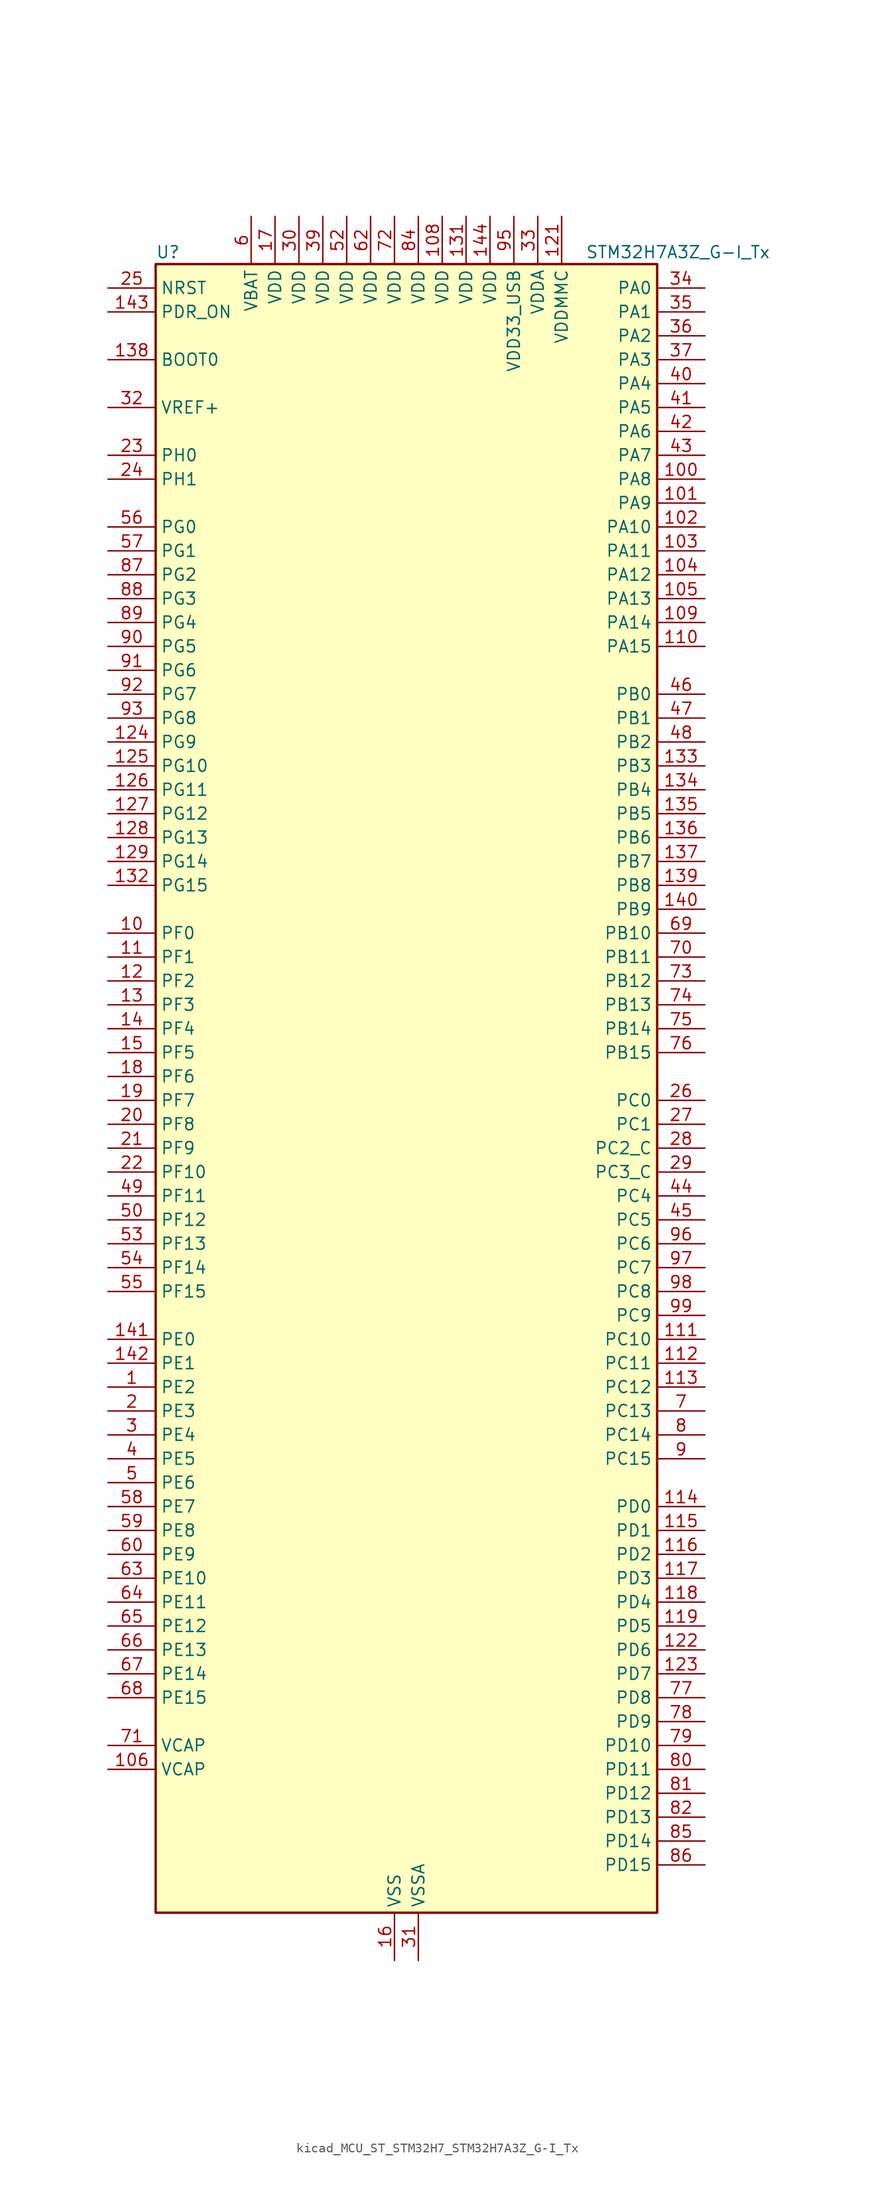
<source format=kicad_sym>
(kicad_symbol_lib
  (version 20220914)
  (generator kicad_symbol_editor)
  (symbol "kicad_MCU_ST_STM32H7_STM32H7A3Z_G-I_Tx"
    (property "Reference" "U"
      (at -25.4 90.17 0)
      (effects (font (size 1.27 1.27)) (justify left)))
    (property "Value" "STM32H7A3Z_G-I_Tx"
      (at 20.32 90.17 0)
      (effects (font (size 1.27 1.27)) (justify left)))
    (property "ki_locked" ""
      (at 0 0 0)
      (effects (font (size 1.27 1.27))))
    (symbol "kicad_MCU_ST_STM32H7_STM32H7A3Z_G-I_Tx_0_1"
      (rectangle (start -25.4 -86.36) (end 27.94 88.9) (stroke (width 0.254) (type default)) (fill (type background))))
    (symbol "kicad_MCU_ST_STM32H7_STM32H7A3Z_G-I_Tx_1_1"
      (pin bidirectional line (at -30.48 -30.48 0) (length 5.08) (name "PE2" (effects (font (size 1.27 1.27)))) (number "1" (effects (font (size 1.27 1.27)))) (alternate "DEBUG_TRACECLK" bidirectional line) (alternate "FMC_A23" bidirectional line) (alternate "OCTOSPIM_P1_IO2" bidirectional line) (alternate "SAI1_CK1" bidirectional line) (alternate "SAI1_MCLK_A" bidirectional line) (alternate "SPI4_SCK" bidirectional line) (alternate "USART10_RX" bidirectional line))
      (pin bidirectional line (at -30.48 17.78 0) (length 5.08) (name "PF0" (effects (font (size 1.27 1.27)))) (number "10" (effects (font (size 1.27 1.27)))) (alternate "FMC_A0" bidirectional line) (alternate "I2C2_SDA" bidirectional line) (alternate "OCTOSPIM_P2_IO0" bidirectional line))
      (pin bidirectional line (at 33.02 66.04 180) (length 5.08) (name "PA8" (effects (font (size 1.27 1.27)))) (number "100" (effects (font (size 1.27 1.27)))) (alternate "I2C3_SCL" bidirectional line) (alternate "LTDC_B3" bidirectional line) (alternate "LTDC_R6" bidirectional line) (alternate "RCC_MCO_1" bidirectional line) (alternate "TIM1_CH1" bidirectional line) (alternate "TIM8_BKIN2" bidirectional line) (alternate "TIM8_BKIN2_COMP1" bidirectional line) (alternate "TIM8_BKIN2_COMP2" bidirectional line) (alternate "UART7_RX" bidirectional line) (alternate "USART1_CK" bidirectional line) (alternate "USB_OTG_HS_SOF" bidirectional line))
      (pin bidirectional line (at 33.02 63.5 180) (length 5.08) (name "PA9" (effects (font (size 1.27 1.27)))) (number "101" (effects (font (size 1.27 1.27)))) (alternate "DAC1_EXTI9" bidirectional line) (alternate "DCMI_D0" bidirectional line) (alternate "I2C3_SMBA" bidirectional line) (alternate "I2S2_CK" bidirectional line) (alternate "LPUART1_TX" bidirectional line) (alternate "LTDC_R5" bidirectional line) (alternate "PSSI_D0" bidirectional line) (alternate "SPI2_SCK" bidirectional line) (alternate "TIM1_CH2" bidirectional line) (alternate "USART1_TX" bidirectional line) (alternate "USB_OTG_HS_VBUS" bidirectional line))
      (pin bidirectional line (at 33.02 60.96 180) (length 5.08) (name "PA10" (effects (font (size 1.27 1.27)))) (number "102" (effects (font (size 1.27 1.27)))) (alternate "DCMI_D1" bidirectional line) (alternate "LPUART1_RX" bidirectional line) (alternate "LTDC_B1" bidirectional line) (alternate "LTDC_B4" bidirectional line) (alternate "MDIOS_MDIO" bidirectional line) (alternate "PSSI_D1" bidirectional line) (alternate "TIM1_CH3" bidirectional line) (alternate "USART1_RX" bidirectional line) (alternate "USB_OTG_HS_ID" bidirectional line))
      (pin bidirectional line (at 33.02 58.42 180) (length 5.08) (name "PA11" (effects (font (size 1.27 1.27)))) (number "103" (effects (font (size 1.27 1.27)))) (alternate "ADC1_EXTI11" bidirectional line) (alternate "ADC2_EXTI11" bidirectional line) (alternate "FDCAN1_RX" bidirectional line) (alternate "I2S2_WS" bidirectional line) (alternate "LPUART1_CTS" bidirectional line) (alternate "LTDC_R4" bidirectional line) (alternate "SPI2_NSS" bidirectional line) (alternate "TIM1_CH4" bidirectional line) (alternate "UART4_RX" bidirectional line) (alternate "USART1_CTS" bidirectional line) (alternate "USART1_NSS" bidirectional line) (alternate "USB_OTG_HS_DM" bidirectional line))
      (pin bidirectional line (at 33.02 55.88 180) (length 5.08) (name "PA12" (effects (font (size 1.27 1.27)))) (number "104" (effects (font (size 1.27 1.27)))) (alternate "FDCAN1_TX" bidirectional line) (alternate "I2S2_CK" bidirectional line) (alternate "LPUART1_DE" bidirectional line) (alternate "LPUART1_RTS" bidirectional line) (alternate "LTDC_R5" bidirectional line) (alternate "SAI2_FS_B" bidirectional line) (alternate "SPI2_SCK" bidirectional line) (alternate "TIM1_ETR" bidirectional line) (alternate "UART4_TX" bidirectional line) (alternate "USART1_DE" bidirectional line) (alternate "USART1_RTS" bidirectional line) (alternate "USB_OTG_HS_DP" bidirectional line))
      (pin bidirectional line (at 33.02 53.34 180) (length 5.08) (name "PA13" (effects (font (size 1.27 1.27)))) (number "105" (effects (font (size 1.27 1.27)))) (alternate "DEBUG_JTMS-SWDIO" bidirectional line))
      (pin power_out line (at -30.48 -71.12 0) (length 5.08) (name "VCAP" (effects (font (size 1.27 1.27)))) (number "106" (effects (font (size 1.27 1.27)))))
      (pin passive line (at 0 -91.44 90) (length 5.08) hide (name "VSS" (effects (font (size 1.27 1.27)))) (number "107" (effects (font (size 1.27 1.27)))))
      (pin power_in line (at 5.08 93.98 270) (length 5.08) (name "VDD" (effects (font (size 1.27 1.27)))) (number "108" (effects (font (size 1.27 1.27)))))
      (pin bidirectional line (at 33.02 50.8 180) (length 5.08) (name "PA14" (effects (font (size 1.27 1.27)))) (number "109" (effects (font (size 1.27 1.27)))) (alternate "DEBUG_JTCK-SWCLK" bidirectional line))
      (pin bidirectional line (at -30.48 15.24 0) (length 5.08) (name "PF1" (effects (font (size 1.27 1.27)))) (number "11" (effects (font (size 1.27 1.27)))) (alternate "FMC_A1" bidirectional line) (alternate "I2C2_SCL" bidirectional line) (alternate "OCTOSPIM_P2_IO1" bidirectional line))
      (pin bidirectional line (at 33.02 48.26 180) (length 5.08) (name "PA15" (effects (font (size 1.27 1.27)))) (number "110" (effects (font (size 1.27 1.27)))) (alternate "ADC1_EXTI15" bidirectional line) (alternate "ADC2_EXTI15" bidirectional line) (alternate "CEC" bidirectional line) (alternate "DEBUG_JTDI" bidirectional line) (alternate "I2S1_WS" bidirectional line) (alternate "I2S3_WS" bidirectional line) (alternate "I2S6_WS" bidirectional line) (alternate "LTDC_B6" bidirectional line) (alternate "LTDC_R3" bidirectional line) (alternate "SPI1_NSS" bidirectional line) (alternate "SPI3_NSS" bidirectional line) (alternate "SPI6_NSS" bidirectional line) (alternate "TIM2_CH1" bidirectional line) (alternate "TIM2_ETR" bidirectional line) (alternate "UART4_DE" bidirectional line) (alternate "UART4_RTS" bidirectional line) (alternate "UART7_TX" bidirectional line))
      (pin bidirectional line (at 33.02 -25.4 180) (length 5.08) (name "PC10" (effects (font (size 1.27 1.27)))) (number "111" (effects (font (size 1.27 1.27)))) (alternate "DCMI_D8" bidirectional line) (alternate "DFSDM1_CKIN5" bidirectional line) (alternate "DFSDM2_CKIN0" bidirectional line) (alternate "I2S3_CK" bidirectional line) (alternate "LTDC_B1" bidirectional line) (alternate "LTDC_R2" bidirectional line) (alternate "OCTOSPIM_P1_IO1" bidirectional line) (alternate "PSSI_D8" bidirectional line) (alternate "SDMMC1_D2" bidirectional line) (alternate "SPI3_SCK" bidirectional line) (alternate "SWPMI1_RX" bidirectional line) (alternate "UART4_TX" bidirectional line) (alternate "USART3_TX" bidirectional line))
      (pin bidirectional line (at 33.02 -27.94 180) (length 5.08) (name "PC11" (effects (font (size 1.27 1.27)))) (number "112" (effects (font (size 1.27 1.27)))) (alternate "ADC1_EXTI11" bidirectional line) (alternate "ADC2_EXTI11" bidirectional line) (alternate "DCMI_D4" bidirectional line) (alternate "DFSDM1_DATIN5" bidirectional line) (alternate "DFSDM2_DATIN0" bidirectional line) (alternate "I2S3_SDI" bidirectional line) (alternate "LTDC_B4" bidirectional line) (alternate "OCTOSPIM_P1_NCS" bidirectional line) (alternate "PSSI_D4" bidirectional line) (alternate "SDMMC1_D3" bidirectional line) (alternate "SPI3_MISO" bidirectional line) (alternate "UART4_RX" bidirectional line) (alternate "USART3_RX" bidirectional line))
      (pin bidirectional line (at 33.02 -30.48 180) (length 5.08) (name "PC12" (effects (font (size 1.27 1.27)))) (number "113" (effects (font (size 1.27 1.27)))) (alternate "DCMI_D9" bidirectional line) (alternate "DEBUG_TRACED3" bidirectional line) (alternate "DFSDM2_CKOUT" bidirectional line) (alternate "I2S3_SDO" bidirectional line) (alternate "I2S6_CK" bidirectional line) (alternate "LTDC_R6" bidirectional line) (alternate "PSSI_D9" bidirectional line) (alternate "SDMMC1_CK" bidirectional line) (alternate "SPI3_MOSI" bidirectional line) (alternate "SPI6_SCK" bidirectional line) (alternate "TIM15_CH1" bidirectional line) (alternate "UART5_TX" bidirectional line) (alternate "USART3_CK" bidirectional line))
      (pin bidirectional line (at 33.02 -43.18 180) (length 5.08) (name "PD0" (effects (font (size 1.27 1.27)))) (number "114" (effects (font (size 1.27 1.27)))) (alternate "DFSDM1_CKIN6" bidirectional line) (alternate "FDCAN1_RX" bidirectional line) (alternate "FMC_D2" bidirectional line) (alternate "FMC_DA2" bidirectional line) (alternate "LTDC_B1" bidirectional line) (alternate "UART4_RX" bidirectional line) (alternate "UART9_CTS" bidirectional line))
      (pin bidirectional line (at 33.02 -45.72 180) (length 5.08) (name "PD1" (effects (font (size 1.27 1.27)))) (number "115" (effects (font (size 1.27 1.27)))) (alternate "DFSDM1_DATIN6" bidirectional line) (alternate "FDCAN1_TX" bidirectional line) (alternate "FMC_D3" bidirectional line) (alternate "FMC_DA3" bidirectional line) (alternate "UART4_TX" bidirectional line))
      (pin bidirectional line (at 33.02 -48.26 180) (length 5.08) (name "PD2" (effects (font (size 1.27 1.27)))) (number "116" (effects (font (size 1.27 1.27)))) (alternate "DCMI_D11" bidirectional line) (alternate "DEBUG_TRACED2" bidirectional line) (alternate "LTDC_B2" bidirectional line) (alternate "LTDC_B7" bidirectional line) (alternate "PSSI_D11" bidirectional line) (alternate "SDMMC1_CMD" bidirectional line) (alternate "TIM15_BKIN" bidirectional line) (alternate "TIM3_ETR" bidirectional line) (alternate "UART5_RX" bidirectional line))
      (pin bidirectional line (at 33.02 -50.8 180) (length 5.08) (name "PD3" (effects (font (size 1.27 1.27)))) (number "117" (effects (font (size 1.27 1.27)))) (alternate "DCMI_D5" bidirectional line) (alternate "DFSDM1_CKOUT" bidirectional line) (alternate "FMC_CLK" bidirectional line) (alternate "I2S2_CK" bidirectional line) (alternate "LTDC_G7" bidirectional line) (alternate "PSSI_D5" bidirectional line) (alternate "SPI2_SCK" bidirectional line) (alternate "USART2_CTS" bidirectional line) (alternate "USART2_NSS" bidirectional line))
      (pin bidirectional line (at 33.02 -53.34 180) (length 5.08) (name "PD4" (effects (font (size 1.27 1.27)))) (number "118" (effects (font (size 1.27 1.27)))) (alternate "FMC_NOE" bidirectional line) (alternate "OCTOSPIM_P1_IO4" bidirectional line) (alternate "USART2_DE" bidirectional line) (alternate "USART2_RTS" bidirectional line))
      (pin bidirectional line (at 33.02 -55.88 180) (length 5.08) (name "PD5" (effects (font (size 1.27 1.27)))) (number "119" (effects (font (size 1.27 1.27)))) (alternate "FMC_NWE" bidirectional line) (alternate "OCTOSPIM_P1_IO5" bidirectional line) (alternate "USART2_TX" bidirectional line))
      (pin bidirectional line (at -30.48 12.7 0) (length 5.08) (name "PF2" (effects (font (size 1.27 1.27)))) (number "12" (effects (font (size 1.27 1.27)))) (alternate "FMC_A2" bidirectional line) (alternate "I2C2_SMBA" bidirectional line) (alternate "OCTOSPIM_P2_IO2" bidirectional line))
      (pin passive line (at 0 -91.44 90) (length 5.08) hide (name "VSS" (effects (font (size 1.27 1.27)))) (number "120" (effects (font (size 1.27 1.27)))))
      (pin power_in line (at 17.78 93.98 270) (length 5.08) (name "VDDMMC" (effects (font (size 1.27 1.27)))) (number "121" (effects (font (size 1.27 1.27)))))
      (pin bidirectional line (at 33.02 -58.42 180) (length 5.08) (name "PD6" (effects (font (size 1.27 1.27)))) (number "122" (effects (font (size 1.27 1.27)))) (alternate "DCMI_D10" bidirectional line) (alternate "DFSDM1_CKIN4" bidirectional line) (alternate "DFSDM1_DATIN1" bidirectional line) (alternate "FMC_NWAIT" bidirectional line) (alternate "I2S3_SDO" bidirectional line) (alternate "LTDC_B2" bidirectional line) (alternate "OCTOSPIM_P1_IO6" bidirectional line) (alternate "PSSI_D10" bidirectional line) (alternate "SAI1_D1" bidirectional line) (alternate "SAI1_SD_A" bidirectional line) (alternate "SDMMC2_CK" bidirectional line) (alternate "SPI3_MOSI" bidirectional line) (alternate "USART2_RX" bidirectional line))
      (pin bidirectional line (at 33.02 -60.96 180) (length 5.08) (name "PD7" (effects (font (size 1.27 1.27)))) (number "123" (effects (font (size 1.27 1.27)))) (alternate "DFSDM1_CKIN1" bidirectional line) (alternate "DFSDM1_DATIN4" bidirectional line) (alternate "FMC_NE1" bidirectional line) (alternate "I2S1_SDO" bidirectional line) (alternate "OCTOSPIM_P1_IO7" bidirectional line) (alternate "SDMMC2_CMD" bidirectional line) (alternate "SPDIFRX_IN0" bidirectional line) (alternate "SPI1_MOSI" bidirectional line) (alternate "USART2_CK" bidirectional line))
      (pin bidirectional line (at -30.48 38.1 0) (length 5.08) (name "PG9" (effects (font (size 1.27 1.27)))) (number "124" (effects (font (size 1.27 1.27)))) (alternate "DAC1_EXTI9" bidirectional line) (alternate "DCMI_VSYNC" bidirectional line) (alternate "FMC_NCE" bidirectional line) (alternate "FMC_NE2" bidirectional line) (alternate "I2S1_SDI" bidirectional line) (alternate "OCTOSPIM_P1_IO6" bidirectional line) (alternate "PSSI_RDY" bidirectional line) (alternate "SAI2_FS_B" bidirectional line) (alternate "SDMMC2_D0" bidirectional line) (alternate "SPDIFRX_IN3" bidirectional line) (alternate "SPI1_MISO" bidirectional line) (alternate "USART6_RX" bidirectional line))
      (pin bidirectional line (at -30.48 35.56 0) (length 5.08) (name "PG10" (effects (font (size 1.27 1.27)))) (number "125" (effects (font (size 1.27 1.27)))) (alternate "DCMI_D2" bidirectional line) (alternate "FMC_NE3" bidirectional line) (alternate "I2S1_WS" bidirectional line) (alternate "LTDC_B2" bidirectional line) (alternate "LTDC_G3" bidirectional line) (alternate "OCTOSPIM_P2_IO6" bidirectional line) (alternate "PSSI_D2" bidirectional line) (alternate "SAI2_SD_B" bidirectional line) (alternate "SDMMC2_D1" bidirectional line) (alternate "SPI1_NSS" bidirectional line))
      (pin bidirectional line (at -30.48 33.02 0) (length 5.08) (name "PG11" (effects (font (size 1.27 1.27)))) (number "126" (effects (font (size 1.27 1.27)))) (alternate "ADC1_EXTI11" bidirectional line) (alternate "ADC2_EXTI11" bidirectional line) (alternate "DCMI_D3" bidirectional line) (alternate "I2S1_CK" bidirectional line) (alternate "LPTIM1_IN2" bidirectional line) (alternate "LTDC_B3" bidirectional line) (alternate "OCTOSPIM_P2_IO7" bidirectional line) (alternate "PSSI_D3" bidirectional line) (alternate "SDMMC2_D2" bidirectional line) (alternate "SPDIFRX_IN0" bidirectional line) (alternate "SPI1_SCK" bidirectional line) (alternate "USART10_RX" bidirectional line))
      (pin bidirectional line (at -30.48 30.48 0) (length 5.08) (name "PG12" (effects (font (size 1.27 1.27)))) (number "127" (effects (font (size 1.27 1.27)))) (alternate "FMC_NE4" bidirectional line) (alternate "I2S6_SDI" bidirectional line) (alternate "LPTIM1_IN1" bidirectional line) (alternate "LTDC_B1" bidirectional line) (alternate "LTDC_B4" bidirectional line) (alternate "OCTOSPIM_P2_NCS" bidirectional line) (alternate "SDMMC2_D3" bidirectional line) (alternate "SPDIFRX_IN1" bidirectional line) (alternate "SPI6_MISO" bidirectional line) (alternate "USART10_TX" bidirectional line) (alternate "USART6_DE" bidirectional line) (alternate "USART6_RTS" bidirectional line))
      (pin bidirectional line (at -30.48 27.94 0) (length 5.08) (name "PG13" (effects (font (size 1.27 1.27)))) (number "128" (effects (font (size 1.27 1.27)))) (alternate "DEBUG_TRACED0" bidirectional line) (alternate "FMC_A24" bidirectional line) (alternate "I2S6_CK" bidirectional line) (alternate "LPTIM1_OUT" bidirectional line) (alternate "LTDC_R0" bidirectional line) (alternate "SDMMC2_D6" bidirectional line) (alternate "SPI6_SCK" bidirectional line) (alternate "USART10_CTS" bidirectional line) (alternate "USART10_NSS" bidirectional line) (alternate "USART6_CTS" bidirectional line) (alternate "USART6_NSS" bidirectional line))
      (pin bidirectional line (at -30.48 25.4 0) (length 5.08) (name "PG14" (effects (font (size 1.27 1.27)))) (number "129" (effects (font (size 1.27 1.27)))) (alternate "DEBUG_TRACED1" bidirectional line) (alternate "FMC_A25" bidirectional line) (alternate "I2S6_SDO" bidirectional line) (alternate "LPTIM1_ETR" bidirectional line) (alternate "LTDC_B0" bidirectional line) (alternate "OCTOSPIM_P1_IO7" bidirectional line) (alternate "SDMMC2_D7" bidirectional line) (alternate "SPI6_MOSI" bidirectional line) (alternate "USART10_DE" bidirectional line) (alternate "USART10_RTS" bidirectional line) (alternate "USART6_TX" bidirectional line))
      (pin bidirectional line (at -30.48 10.16 0) (length 5.08) (name "PF3" (effects (font (size 1.27 1.27)))) (number "13" (effects (font (size 1.27 1.27)))) (alternate "FMC_A3" bidirectional line) (alternate "OCTOSPIM_P2_IO3" bidirectional line))
      (pin passive line (at 0 -91.44 90) (length 5.08) hide (name "VSS" (effects (font (size 1.27 1.27)))) (number "130" (effects (font (size 1.27 1.27)))))
      (pin power_in line (at 7.62 93.98 270) (length 5.08) (name "VDD" (effects (font (size 1.27 1.27)))) (number "131" (effects (font (size 1.27 1.27)))))
      (pin bidirectional line (at -30.48 22.86 0) (length 5.08) (name "PG15" (effects (font (size 1.27 1.27)))) (number "132" (effects (font (size 1.27 1.27)))) (alternate "ADC1_EXTI15" bidirectional line) (alternate "ADC2_EXTI15" bidirectional line) (alternate "DCMI_D13" bidirectional line) (alternate "FMC_SDNCAS" bidirectional line) (alternate "OCTOSPIM_P2_DQS" bidirectional line) (alternate "PSSI_D13" bidirectional line) (alternate "USART10_CK" bidirectional line) (alternate "USART6_CTS" bidirectional line) (alternate "USART6_NSS" bidirectional line))
      (pin bidirectional line (at 33.02 35.56 180) (length 5.08) (name "PB3" (effects (font (size 1.27 1.27)))) (number "133" (effects (font (size 1.27 1.27)))) (alternate "CRS_SYNC" bidirectional line) (alternate "DEBUG_JTDO-SWO" bidirectional line) (alternate "I2S1_CK" bidirectional line) (alternate "I2S3_CK" bidirectional line) (alternate "I2S6_CK" bidirectional line) (alternate "SDMMC2_D2" bidirectional line) (alternate "SPI1_SCK" bidirectional line) (alternate "SPI3_SCK" bidirectional line) (alternate "SPI6_SCK" bidirectional line) (alternate "TIM2_CH2" bidirectional line) (alternate "UART7_RX" bidirectional line))
      (pin bidirectional line (at 33.02 33.02 180) (length 5.08) (name "PB4" (effects (font (size 1.27 1.27)))) (number "134" (effects (font (size 1.27 1.27)))) (alternate "DEBUG_JTRST" bidirectional line) (alternate "I2S1_SDI" bidirectional line) (alternate "I2S2_WS" bidirectional line) (alternate "I2S3_SDI" bidirectional line) (alternate "I2S6_SDI" bidirectional line) (alternate "SDMMC2_D3" bidirectional line) (alternate "SPI1_MISO" bidirectional line) (alternate "SPI2_NSS" bidirectional line) (alternate "SPI3_MISO" bidirectional line) (alternate "SPI6_MISO" bidirectional line) (alternate "TIM16_BKIN" bidirectional line) (alternate "TIM3_CH1" bidirectional line) (alternate "UART7_TX" bidirectional line))
      (pin bidirectional line (at 33.02 30.48 180) (length 5.08) (name "PB5" (effects (font (size 1.27 1.27)))) (number "135" (effects (font (size 1.27 1.27)))) (alternate "DCMI_D10" bidirectional line) (alternate "FDCAN2_RX" bidirectional line) (alternate "FMC_SDCKE1" bidirectional line) (alternate "I2C1_SMBA" bidirectional line) (alternate "I2C4_SMBA" bidirectional line) (alternate "I2S1_SDO" bidirectional line) (alternate "I2S3_SDO" bidirectional line) (alternate "I2S6_SDO" bidirectional line) (alternate "LTDC_B5" bidirectional line) (alternate "PSSI_D10" bidirectional line) (alternate "SPI1_MOSI" bidirectional line) (alternate "SPI3_MOSI" bidirectional line) (alternate "SPI6_MOSI" bidirectional line) (alternate "TIM17_BKIN" bidirectional line) (alternate "TIM3_CH2" bidirectional line) (alternate "UART5_RX" bidirectional line) (alternate "USB_OTG_HS_ULPI_D7" bidirectional line))
      (pin bidirectional line (at 33.02 27.94 180) (length 5.08) (name "PB6" (effects (font (size 1.27 1.27)))) (number "136" (effects (font (size 1.27 1.27)))) (alternate "CEC" bidirectional line) (alternate "DCMI_D5" bidirectional line) (alternate "DFSDM1_DATIN5" bidirectional line) (alternate "FDCAN2_TX" bidirectional line) (alternate "FMC_SDNE1" bidirectional line) (alternate "I2C1_SCL" bidirectional line) (alternate "I2C4_SCL" bidirectional line) (alternate "LPUART1_TX" bidirectional line) (alternate "OCTOSPIM_P1_NCS" bidirectional line) (alternate "PSSI_D5" bidirectional line) (alternate "TIM16_CH1N" bidirectional line) (alternate "TIM4_CH1" bidirectional line) (alternate "UART5_TX" bidirectional line) (alternate "USART1_TX" bidirectional line))
      (pin bidirectional line (at 33.02 25.4 180) (length 5.08) (name "PB7" (effects (font (size 1.27 1.27)))) (number "137" (effects (font (size 1.27 1.27)))) (alternate "DCMI_VSYNC" bidirectional line) (alternate "DFSDM1_CKIN5" bidirectional line) (alternate "FMC_NL" bidirectional line) (alternate "I2C1_SDA" bidirectional line) (alternate "I2C4_SDA" bidirectional line) (alternate "LPUART1_RX" bidirectional line) (alternate "PSSI_RDY" bidirectional line) (alternate "PWR_PVD_IN" bidirectional line) (alternate "TIM17_CH1N" bidirectional line) (alternate "TIM4_CH2" bidirectional line) (alternate "USART1_RX" bidirectional line))
      (pin input line (at -30.48 78.74 0) (length 5.08) (name "BOOT0" (effects (font (size 1.27 1.27)))) (number "138" (effects (font (size 1.27 1.27)))))
      (pin bidirectional line (at 33.02 22.86 180) (length 5.08) (name "PB8" (effects (font (size 1.27 1.27)))) (number "139" (effects (font (size 1.27 1.27)))) (alternate "DCMI_D6" bidirectional line) (alternate "DFSDM1_CKIN7" bidirectional line) (alternate "FDCAN1_RX" bidirectional line) (alternate "I2C1_SCL" bidirectional line) (alternate "I2C4_SCL" bidirectional line) (alternate "LTDC_B6" bidirectional line) (alternate "PSSI_D6" bidirectional line) (alternate "SDMMC1_CKIN" bidirectional line) (alternate "SDMMC1_D4" bidirectional line) (alternate "SDMMC2_D4" bidirectional line) (alternate "TIM16_CH1" bidirectional line) (alternate "TIM4_CH3" bidirectional line) (alternate "UART4_RX" bidirectional line))
      (pin bidirectional line (at -30.48 7.62 0) (length 5.08) (name "PF4" (effects (font (size 1.27 1.27)))) (number "14" (effects (font (size 1.27 1.27)))) (alternate "FMC_A4" bidirectional line) (alternate "OCTOSPIM_P2_CLK" bidirectional line))
      (pin bidirectional line (at 33.02 20.32 180) (length 5.08) (name "PB9" (effects (font (size 1.27 1.27)))) (number "140" (effects (font (size 1.27 1.27)))) (alternate "DAC1_EXTI9" bidirectional line) (alternate "DCMI_D7" bidirectional line) (alternate "DFSDM1_DATIN7" bidirectional line) (alternate "FDCAN1_TX" bidirectional line) (alternate "I2C1_SDA" bidirectional line) (alternate "I2C4_SDA" bidirectional line) (alternate "I2C4_SMBA" bidirectional line) (alternate "I2S2_WS" bidirectional line) (alternate "LTDC_B7" bidirectional line) (alternate "PSSI_D7" bidirectional line) (alternate "SDMMC1_CDIR" bidirectional line) (alternate "SDMMC1_D5" bidirectional line) (alternate "SDMMC2_D5" bidirectional line) (alternate "SPI2_NSS" bidirectional line) (alternate "TIM17_CH1" bidirectional line) (alternate "TIM4_CH4" bidirectional line) (alternate "UART4_TX" bidirectional line))
      (pin bidirectional line (at -30.48 -25.4 0) (length 5.08) (name "PE0" (effects (font (size 1.27 1.27)))) (number "141" (effects (font (size 1.27 1.27)))) (alternate "DCMI_D2" bidirectional line) (alternate "FMC_NBL0" bidirectional line) (alternate "LPTIM1_ETR" bidirectional line) (alternate "LPTIM2_ETR" bidirectional line) (alternate "LTDC_R0" bidirectional line) (alternate "PSSI_D2" bidirectional line) (alternate "SAI2_MCLK_A" bidirectional line) (alternate "TIM4_ETR" bidirectional line) (alternate "UART8_RX" bidirectional line))
      (pin bidirectional line (at -30.48 -27.94 0) (length 5.08) (name "PE1" (effects (font (size 1.27 1.27)))) (number "142" (effects (font (size 1.27 1.27)))) (alternate "DCMI_D3" bidirectional line) (alternate "FMC_NBL1" bidirectional line) (alternate "LPTIM1_IN2" bidirectional line) (alternate "LTDC_R6" bidirectional line) (alternate "PSSI_D3" bidirectional line) (alternate "UART8_TX" bidirectional line))
      (pin input line (at -30.48 83.82 0) (length 5.08) (name "PDR_ON" (effects (font (size 1.27 1.27)))) (number "143" (effects (font (size 1.27 1.27)))))
      (pin power_in line (at 10.16 93.98 270) (length 5.08) (name "VDD" (effects (font (size 1.27 1.27)))) (number "144" (effects (font (size 1.27 1.27)))))
      (pin bidirectional line (at -30.48 5.08 0) (length 5.08) (name "PF5" (effects (font (size 1.27 1.27)))) (number "15" (effects (font (size 1.27 1.27)))) (alternate "FMC_A5" bidirectional line) (alternate "OCTOSPIM_P2_NCLK" bidirectional line))
      (pin power_in line (at 0 -91.44 90) (length 5.08) (name "VSS" (effects (font (size 1.27 1.27)))) (number "16" (effects (font (size 1.27 1.27)))))
      (pin power_in line (at -12.7 93.98 270) (length 5.08) (name "VDD" (effects (font (size 1.27 1.27)))) (number "17" (effects (font (size 1.27 1.27)))))
      (pin bidirectional line (at -30.48 2.54 0) (length 5.08) (name "PF6" (effects (font (size 1.27 1.27)))) (number "18" (effects (font (size 1.27 1.27)))) (alternate "OCTOSPIM_P1_IO3" bidirectional line) (alternate "SAI1_SD_B" bidirectional line) (alternate "SPI5_NSS" bidirectional line) (alternate "TIM16_CH1" bidirectional line) (alternate "UART7_RX" bidirectional line))
      (pin bidirectional line (at -30.48 0 0) (length 5.08) (name "PF7" (effects (font (size 1.27 1.27)))) (number "19" (effects (font (size 1.27 1.27)))) (alternate "OCTOSPIM_P1_IO2" bidirectional line) (alternate "SAI1_MCLK_B" bidirectional line) (alternate "SPI5_SCK" bidirectional line) (alternate "TIM17_CH1" bidirectional line) (alternate "UART7_TX" bidirectional line))
      (pin bidirectional line (at -30.48 -33.02 0) (length 5.08) (name "PE3" (effects (font (size 1.27 1.27)))) (number "2" (effects (font (size 1.27 1.27)))) (alternate "DEBUG_TRACED0" bidirectional line) (alternate "FMC_A19" bidirectional line) (alternate "SAI1_SD_B" bidirectional line) (alternate "TIM15_BKIN" bidirectional line) (alternate "USART10_TX" bidirectional line))
      (pin bidirectional line (at -30.48 -2.54 0) (length 5.08) (name "PF8" (effects (font (size 1.27 1.27)))) (number "20" (effects (font (size 1.27 1.27)))) (alternate "OCTOSPIM_P1_IO0" bidirectional line) (alternate "SAI1_SCK_B" bidirectional line) (alternate "SPI5_MISO" bidirectional line) (alternate "TIM13_CH1" bidirectional line) (alternate "TIM16_CH1N" bidirectional line) (alternate "UART7_DE" bidirectional line) (alternate "UART7_RTS" bidirectional line))
      (pin bidirectional line (at -30.48 -5.08 0) (length 5.08) (name "PF9" (effects (font (size 1.27 1.27)))) (number "21" (effects (font (size 1.27 1.27)))) (alternate "DAC1_EXTI9" bidirectional line) (alternate "OCTOSPIM_P1_IO1" bidirectional line) (alternate "SAI1_FS_B" bidirectional line) (alternate "SPI5_MOSI" bidirectional line) (alternate "TIM14_CH1" bidirectional line) (alternate "TIM17_CH1N" bidirectional line) (alternate "UART7_CTS" bidirectional line))
      (pin bidirectional line (at -30.48 -7.62 0) (length 5.08) (name "PF10" (effects (font (size 1.27 1.27)))) (number "22" (effects (font (size 1.27 1.27)))) (alternate "DCMI_D11" bidirectional line) (alternate "LTDC_DE" bidirectional line) (alternate "OCTOSPIM_P1_CLK" bidirectional line) (alternate "PSSI_D11" bidirectional line) (alternate "PSSI_D15" bidirectional line) (alternate "SAI1_D3" bidirectional line) (alternate "TIM16_BKIN" bidirectional line))
      (pin bidirectional line (at -30.48 68.58 0) (length 5.08) (name "PH0" (effects (font (size 1.27 1.27)))) (number "23" (effects (font (size 1.27 1.27)))) (alternate "RCC_OSC_IN" bidirectional line))
      (pin bidirectional line (at -30.48 66.04 0) (length 5.08) (name "PH1" (effects (font (size 1.27 1.27)))) (number "24" (effects (font (size 1.27 1.27)))) (alternate "RCC_OSC_OUT" bidirectional line))
      (pin input line (at -30.48 86.36 0) (length 5.08) (name "NRST" (effects (font (size 1.27 1.27)))) (number "25" (effects (font (size 1.27 1.27)))))
      (pin bidirectional line (at 33.02 0 180) (length 5.08) (name "PC0" (effects (font (size 1.27 1.27)))) (number "26" (effects (font (size 1.27 1.27)))) (alternate "ADC1_INP10" bidirectional line) (alternate "ADC2_INP10" bidirectional line) (alternate "DFSDM1_CKIN0" bidirectional line) (alternate "DFSDM1_DATIN4" bidirectional line) (alternate "FMC_A25" bidirectional line) (alternate "FMC_SDNWE" bidirectional line) (alternate "LTDC_G2" bidirectional line) (alternate "LTDC_R5" bidirectional line) (alternate "SAI2_FS_B" bidirectional line) (alternate "USB_OTG_HS_ULPI_STP" bidirectional line))
      (pin bidirectional line (at 33.02 -2.54 180) (length 5.08) (name "PC1" (effects (font (size 1.27 1.27)))) (number "27" (effects (font (size 1.27 1.27)))) (alternate "ADC1_INN10" bidirectional line) (alternate "ADC1_INP11" bidirectional line) (alternate "ADC2_INN10" bidirectional line) (alternate "ADC2_INP11" bidirectional line) (alternate "DEBUG_TRACED0" bidirectional line) (alternate "DFSDM1_CKIN4" bidirectional line) (alternate "DFSDM1_DATIN0" bidirectional line) (alternate "I2S2_SDO" bidirectional line) (alternate "LTDC_G5" bidirectional line) (alternate "MDIOS_MDC" bidirectional line) (alternate "OCTOSPIM_P1_IO4" bidirectional line) (alternate "PWR_WKUP6" bidirectional line) (alternate "RTC_TAMP3" bidirectional line) (alternate "SAI1_D1" bidirectional line) (alternate "SAI1_SD_A" bidirectional line) (alternate "SDMMC2_CK" bidirectional line) (alternate "SPI2_MOSI" bidirectional line))
      (pin bidirectional line (at 33.02 -5.08 180) (length 5.08) (name "PC2_C" (effects (font (size 1.27 1.27)))) (number "28" (effects (font (size 1.27 1.27)))) (alternate "ADC2_INN1" bidirectional line) (alternate "ADC2_INP0" bidirectional line) (alternate "DFSDM1_CKIN1" bidirectional line) (alternate "DFSDM1_CKOUT" bidirectional line) (alternate "FMC_SDNE0" bidirectional line) (alternate "I2S2_SDI" bidirectional line) (alternate "OCTOSPIM_P1_IO2" bidirectional line) (alternate "OCTOSPIM_P1_IO5" bidirectional line) (alternate "PWR_CSTOP" bidirectional line) (alternate "SPI2_MISO" bidirectional line) (alternate "USB_OTG_HS_ULPI_DIR" bidirectional line))
      (pin bidirectional line (at 33.02 -7.62 180) (length 5.08) (name "PC3_C" (effects (font (size 1.27 1.27)))) (number "29" (effects (font (size 1.27 1.27)))) (alternate "ADC2_INP1" bidirectional line) (alternate "DFSDM1_DATIN1" bidirectional line) (alternate "FMC_SDCKE0" bidirectional line) (alternate "I2S2_SDO" bidirectional line) (alternate "OCTOSPIM_P1_IO0" bidirectional line) (alternate "OCTOSPIM_P1_IO6" bidirectional line) (alternate "PWR_CSLEEP" bidirectional line) (alternate "SPI2_MOSI" bidirectional line) (alternate "USB_OTG_HS_ULPI_NXT" bidirectional line))
      (pin bidirectional line (at -30.48 -35.56 0) (length 5.08) (name "PE4" (effects (font (size 1.27 1.27)))) (number "3" (effects (font (size 1.27 1.27)))) (alternate "DCMI_D4" bidirectional line) (alternate "DEBUG_TRACED1" bidirectional line) (alternate "DFSDM1_DATIN3" bidirectional line) (alternate "FMC_A20" bidirectional line) (alternate "LTDC_B0" bidirectional line) (alternate "PSSI_D4" bidirectional line) (alternate "SAI1_D2" bidirectional line) (alternate "SAI1_FS_A" bidirectional line) (alternate "SPI4_NSS" bidirectional line) (alternate "TIM15_CH1N" bidirectional line))
      (pin power_in line (at -10.16 93.98 270) (length 5.08) (name "VDD" (effects (font (size 1.27 1.27)))) (number "30" (effects (font (size 1.27 1.27)))))
      (pin power_in line (at 2.54 -91.44 90) (length 5.08) (name "VSSA" (effects (font (size 1.27 1.27)))) (number "31" (effects (font (size 1.27 1.27)))))
      (pin input line (at -30.48 73.66 0) (length 5.08) (name "VREF+" (effects (font (size 1.27 1.27)))) (number "32" (effects (font (size 1.27 1.27)))) (alternate "VREFBUF_OUT" bidirectional line))
      (pin power_in line (at 15.24 93.98 270) (length 5.08) (name "VDDA" (effects (font (size 1.27 1.27)))) (number "33" (effects (font (size 1.27 1.27)))))
      (pin bidirectional line (at 33.02 86.36 180) (length 5.08) (name "PA0" (effects (font (size 1.27 1.27)))) (number "34" (effects (font (size 1.27 1.27)))) (alternate "ADC1_INP16" bidirectional line) (alternate "I2S6_WS" bidirectional line) (alternate "PWR_WKUP1" bidirectional line) (alternate "SAI2_SD_B" bidirectional line) (alternate "SDMMC2_CMD" bidirectional line) (alternate "SPI6_NSS" bidirectional line) (alternate "TIM15_BKIN" bidirectional line) (alternate "TIM2_CH1" bidirectional line) (alternate "TIM2_ETR" bidirectional line) (alternate "TIM5_CH1" bidirectional line) (alternate "TIM8_ETR" bidirectional line) (alternate "UART4_TX" bidirectional line) (alternate "USART2_CTS" bidirectional line) (alternate "USART2_NSS" bidirectional line))
      (pin bidirectional line (at 33.02 83.82 180) (length 5.08) (name "PA1" (effects (font (size 1.27 1.27)))) (number "35" (effects (font (size 1.27 1.27)))) (alternate "ADC1_INN16" bidirectional line) (alternate "ADC1_INP17" bidirectional line) (alternate "LPTIM3_OUT" bidirectional line) (alternate "LTDC_R2" bidirectional line) (alternate "OCTOSPIM_P1_DQS" bidirectional line) (alternate "OCTOSPIM_P1_IO3" bidirectional line) (alternate "SAI2_MCLK_B" bidirectional line) (alternate "TIM15_CH1N" bidirectional line) (alternate "TIM2_CH2" bidirectional line) (alternate "TIM5_CH2" bidirectional line) (alternate "UART4_RX" bidirectional line) (alternate "USART2_DE" bidirectional line) (alternate "USART2_RTS" bidirectional line))
      (pin bidirectional line (at 33.02 81.28 180) (length 5.08) (name "PA2" (effects (font (size 1.27 1.27)))) (number "36" (effects (font (size 1.27 1.27)))) (alternate "ADC1_INP14" bidirectional line) (alternate "DFSDM2_CKIN1" bidirectional line) (alternate "LTDC_R1" bidirectional line) (alternate "MDIOS_MDIO" bidirectional line) (alternate "PWR_WKUP2" bidirectional line) (alternate "SAI2_SCK_B" bidirectional line) (alternate "TIM15_CH1" bidirectional line) (alternate "TIM2_CH3" bidirectional line) (alternate "TIM5_CH3" bidirectional line) (alternate "USART2_TX" bidirectional line))
      (pin bidirectional line (at 33.02 78.74 180) (length 5.08) (name "PA3" (effects (font (size 1.27 1.27)))) (number "37" (effects (font (size 1.27 1.27)))) (alternate "ADC1_INP15" bidirectional line) (alternate "I2S6_MCK" bidirectional line) (alternate "LTDC_B2" bidirectional line) (alternate "LTDC_B5" bidirectional line) (alternate "OCTOSPIM_P1_CLK" bidirectional line) (alternate "TIM15_CH2" bidirectional line) (alternate "TIM2_CH4" bidirectional line) (alternate "TIM5_CH4" bidirectional line) (alternate "USART2_RX" bidirectional line) (alternate "USB_OTG_HS_ULPI_D0" bidirectional line))
      (pin passive line (at 0 -91.44 90) (length 5.08) hide (name "VSS" (effects (font (size 1.27 1.27)))) (number "38" (effects (font (size 1.27 1.27)))))
      (pin power_in line (at -7.62 93.98 270) (length 5.08) (name "VDD" (effects (font (size 1.27 1.27)))) (number "39" (effects (font (size 1.27 1.27)))))
      (pin bidirectional line (at -30.48 -38.1 0) (length 5.08) (name "PE5" (effects (font (size 1.27 1.27)))) (number "4" (effects (font (size 1.27 1.27)))) (alternate "DCMI_D6" bidirectional line) (alternate "DEBUG_TRACED2" bidirectional line) (alternate "DFSDM1_CKIN3" bidirectional line) (alternate "FMC_A21" bidirectional line) (alternate "LTDC_G0" bidirectional line) (alternate "PSSI_D6" bidirectional line) (alternate "SAI1_CK2" bidirectional line) (alternate "SAI1_SCK_A" bidirectional line) (alternate "SPI4_MISO" bidirectional line) (alternate "TIM15_CH1" bidirectional line))
      (pin bidirectional line (at 33.02 76.2 180) (length 5.08) (name "PA4" (effects (font (size 1.27 1.27)))) (number "40" (effects (font (size 1.27 1.27)))) (alternate "ADC1_INP18" bidirectional line) (alternate "DAC1_OUT1" bidirectional line) (alternate "DCMI_HSYNC" bidirectional line) (alternate "I2S1_WS" bidirectional line) (alternate "I2S3_WS" bidirectional line) (alternate "I2S6_WS" bidirectional line) (alternate "LTDC_VSYNC" bidirectional line) (alternate "PSSI_DE" bidirectional line) (alternate "SPI1_NSS" bidirectional line) (alternate "SPI3_NSS" bidirectional line) (alternate "SPI6_NSS" bidirectional line) (alternate "TIM5_ETR" bidirectional line) (alternate "USART2_CK" bidirectional line))
      (pin bidirectional line (at 33.02 73.66 180) (length 5.08) (name "PA5" (effects (font (size 1.27 1.27)))) (number "41" (effects (font (size 1.27 1.27)))) (alternate "ADC1_INN18" bidirectional line) (alternate "ADC1_INP19" bidirectional line) (alternate "DAC1_OUT2" bidirectional line) (alternate "I2S1_CK" bidirectional line) (alternate "I2S6_CK" bidirectional line) (alternate "LTDC_R4" bidirectional line) (alternate "PSSI_D14" bidirectional line) (alternate "PWR_NDSTOP2" bidirectional line) (alternate "SPI1_SCK" bidirectional line) (alternate "SPI6_SCK" bidirectional line) (alternate "TIM2_CH1" bidirectional line) (alternate "TIM2_ETR" bidirectional line) (alternate "TIM8_CH1N" bidirectional line) (alternate "USB_OTG_HS_ULPI_CK" bidirectional line))
      (pin bidirectional line (at 33.02 71.12 180) (length 5.08) (name "PA6" (effects (font (size 1.27 1.27)))) (number "42" (effects (font (size 1.27 1.27)))) (alternate "ADC1_INP3" bidirectional line) (alternate "ADC2_INP3" bidirectional line) (alternate "DAC2_OUT1" bidirectional line) (alternate "DCMI_PIXCLK" bidirectional line) (alternate "I2S1_SDI" bidirectional line) (alternate "I2S6_SDI" bidirectional line) (alternate "LTDC_G2" bidirectional line) (alternate "MDIOS_MDC" bidirectional line) (alternate "OCTOSPIM_P1_IO3" bidirectional line) (alternate "PSSI_PDCK" bidirectional line) (alternate "SPI1_MISO" bidirectional line) (alternate "SPI6_MISO" bidirectional line) (alternate "TIM13_CH1" bidirectional line) (alternate "TIM1_BKIN" bidirectional line) (alternate "TIM1_BKIN_COMP1" bidirectional line) (alternate "TIM1_BKIN_COMP2" bidirectional line) (alternate "TIM3_CH1" bidirectional line) (alternate "TIM8_BKIN" bidirectional line) (alternate "TIM8_BKIN_COMP1" bidirectional line) (alternate "TIM8_BKIN_COMP2" bidirectional line))
      (pin bidirectional line (at 33.02 68.58 180) (length 5.08) (name "PA7" (effects (font (size 1.27 1.27)))) (number "43" (effects (font (size 1.27 1.27)))) (alternate "ADC1_INN3" bidirectional line) (alternate "ADC1_INP7" bidirectional line) (alternate "ADC2_INN3" bidirectional line) (alternate "ADC2_INP7" bidirectional line) (alternate "DFSDM2_DATIN1" bidirectional line) (alternate "FMC_SDNWE" bidirectional line) (alternate "I2S1_SDO" bidirectional line) (alternate "I2S6_SDO" bidirectional line) (alternate "LTDC_VSYNC" bidirectional line) (alternate "OCTOSPIM_P1_IO2" bidirectional line) (alternate "OPAMP1_VINM" bidirectional line) (alternate "SPI1_MOSI" bidirectional line) (alternate "SPI6_MOSI" bidirectional line) (alternate "TIM14_CH1" bidirectional line) (alternate "TIM1_CH1N" bidirectional line) (alternate "TIM3_CH2" bidirectional line) (alternate "TIM8_CH1N" bidirectional line))
      (pin bidirectional line (at 33.02 -10.16 180) (length 5.08) (name "PC4" (effects (font (size 1.27 1.27)))) (number "44" (effects (font (size 1.27 1.27)))) (alternate "ADC1_INP4" bidirectional line) (alternate "ADC2_INP4" bidirectional line) (alternate "COMP1_INM" bidirectional line) (alternate "DFSDM1_CKIN2" bidirectional line) (alternate "FMC_SDNE0" bidirectional line) (alternate "I2S1_MCK" bidirectional line) (alternate "LTDC_R7" bidirectional line) (alternate "OPAMP1_VOUT" bidirectional line) (alternate "SPDIFRX_IN2" bidirectional line))
      (pin bidirectional line (at 33.02 -12.7 180) (length 5.08) (name "PC5" (effects (font (size 1.27 1.27)))) (number "45" (effects (font (size 1.27 1.27)))) (alternate "ADC1_INN4" bidirectional line) (alternate "ADC1_INP8" bidirectional line) (alternate "ADC2_INN4" bidirectional line) (alternate "ADC2_INP8" bidirectional line) (alternate "COMP1_OUT" bidirectional line) (alternate "DFSDM1_DATIN2" bidirectional line) (alternate "FMC_SDCKE0" bidirectional line) (alternate "LTDC_DE" bidirectional line) (alternate "OCTOSPIM_P1_DQS" bidirectional line) (alternate "OPAMP1_VINM" bidirectional line) (alternate "PSSI_D15" bidirectional line) (alternate "SAI1_D3" bidirectional line) (alternate "SPDIFRX_IN3" bidirectional line))
      (pin bidirectional line (at 33.02 43.18 180) (length 5.08) (name "PB0" (effects (font (size 1.27 1.27)))) (number "46" (effects (font (size 1.27 1.27)))) (alternate "ADC1_INN5" bidirectional line) (alternate "ADC1_INP9" bidirectional line) (alternate "ADC2_INN5" bidirectional line) (alternate "ADC2_INP9" bidirectional line) (alternate "COMP1_INP" bidirectional line) (alternate "DFSDM1_CKOUT" bidirectional line) (alternate "DFSDM2_CKOUT" bidirectional line) (alternate "LTDC_G1" bidirectional line) (alternate "LTDC_R3" bidirectional line) (alternate "OCTOSPIM_P1_IO1" bidirectional line) (alternate "OPAMP1_VINP" bidirectional line) (alternate "TIM1_CH2N" bidirectional line) (alternate "TIM3_CH3" bidirectional line) (alternate "TIM8_CH2N" bidirectional line) (alternate "UART4_CTS" bidirectional line) (alternate "USB_OTG_HS_ULPI_D1" bidirectional line))
      (pin bidirectional line (at 33.02 40.64 180) (length 5.08) (name "PB1" (effects (font (size 1.27 1.27)))) (number "47" (effects (font (size 1.27 1.27)))) (alternate "ADC1_INP5" bidirectional line) (alternate "ADC2_INP5" bidirectional line) (alternate "COMP1_INM" bidirectional line) (alternate "DFSDM1_DATIN1" bidirectional line) (alternate "LTDC_G0" bidirectional line) (alternate "LTDC_R6" bidirectional line) (alternate "OCTOSPIM_P1_IO0" bidirectional line) (alternate "TIM1_CH3N" bidirectional line) (alternate "TIM3_CH4" bidirectional line) (alternate "TIM8_CH3N" bidirectional line) (alternate "USB_OTG_HS_ULPI_D2" bidirectional line))
      (pin bidirectional line (at 33.02 38.1 180) (length 5.08) (name "PB2" (effects (font (size 1.27 1.27)))) (number "48" (effects (font (size 1.27 1.27)))) (alternate "COMP1_INP" bidirectional line) (alternate "DFSDM1_CKIN1" bidirectional line) (alternate "I2S3_SDO" bidirectional line) (alternate "OCTOSPIM_P1_CLK" bidirectional line) (alternate "OCTOSPIM_P1_DQS" bidirectional line) (alternate "RTC_OUT_ALARM" bidirectional line) (alternate "RTC_OUT_CALIB" bidirectional line) (alternate "SAI1_D1" bidirectional line) (alternate "SAI1_SD_A" bidirectional line) (alternate "SPI3_MOSI" bidirectional line))
      (pin bidirectional line (at -30.48 -10.16 0) (length 5.08) (name "PF11" (effects (font (size 1.27 1.27)))) (number "49" (effects (font (size 1.27 1.27)))) (alternate "ADC1_EXTI11" bidirectional line) (alternate "ADC1_INP2" bidirectional line) (alternate "ADC2_EXTI11" bidirectional line) (alternate "DCMI_D12" bidirectional line) (alternate "FMC_SDNRAS" bidirectional line) (alternate "OCTOSPIM_P1_NCLK" bidirectional line) (alternate "PSSI_D12" bidirectional line) (alternate "SAI2_SD_B" bidirectional line) (alternate "SPI5_MOSI" bidirectional line))
      (pin bidirectional line (at -30.48 -40.64 0) (length 5.08) (name "PE6" (effects (font (size 1.27 1.27)))) (number "5" (effects (font (size 1.27 1.27)))) (alternate "DCMI_D7" bidirectional line) (alternate "DEBUG_TRACED3" bidirectional line) (alternate "FMC_A22" bidirectional line) (alternate "LTDC_G1" bidirectional line) (alternate "PSSI_D7" bidirectional line) (alternate "SAI1_D1" bidirectional line) (alternate "SAI1_SD_A" bidirectional line) (alternate "SAI2_MCLK_B" bidirectional line) (alternate "SPI4_MOSI" bidirectional line) (alternate "TIM15_CH2" bidirectional line) (alternate "TIM1_BKIN2" bidirectional line) (alternate "TIM1_BKIN2_COMP1" bidirectional line) (alternate "TIM1_BKIN2_COMP2" bidirectional line))
      (pin bidirectional line (at -30.48 -12.7 0) (length 5.08) (name "PF12" (effects (font (size 1.27 1.27)))) (number "50" (effects (font (size 1.27 1.27)))) (alternate "ADC1_INN2" bidirectional line) (alternate "ADC1_INP6" bidirectional line) (alternate "FMC_A6" bidirectional line) (alternate "OCTOSPIM_P2_DQS" bidirectional line))
      (pin passive line (at 0 -91.44 90) (length 5.08) hide (name "VSS" (effects (font (size 1.27 1.27)))) (number "51" (effects (font (size 1.27 1.27)))))
      (pin power_in line (at -5.08 93.98 270) (length 5.08) (name "VDD" (effects (font (size 1.27 1.27)))) (number "52" (effects (font (size 1.27 1.27)))))
      (pin bidirectional line (at -30.48 -15.24 0) (length 5.08) (name "PF13" (effects (font (size 1.27 1.27)))) (number "53" (effects (font (size 1.27 1.27)))) (alternate "ADC2_INP2" bidirectional line) (alternate "DFSDM1_DATIN6" bidirectional line) (alternate "FMC_A7" bidirectional line) (alternate "I2C4_SMBA" bidirectional line))
      (pin bidirectional line (at -30.48 -17.78 0) (length 5.08) (name "PF14" (effects (font (size 1.27 1.27)))) (number "54" (effects (font (size 1.27 1.27)))) (alternate "ADC2_INN2" bidirectional line) (alternate "ADC2_INP6" bidirectional line) (alternate "DFSDM1_CKIN6" bidirectional line) (alternate "FMC_A8" bidirectional line) (alternate "I2C4_SCL" bidirectional line))
      (pin bidirectional line (at -30.48 -20.32 0) (length 5.08) (name "PF15" (effects (font (size 1.27 1.27)))) (number "55" (effects (font (size 1.27 1.27)))) (alternate "ADC1_EXTI15" bidirectional line) (alternate "ADC2_EXTI15" bidirectional line) (alternate "FMC_A9" bidirectional line) (alternate "I2C4_SDA" bidirectional line))
      (pin bidirectional line (at -30.48 60.96 0) (length 5.08) (name "PG0" (effects (font (size 1.27 1.27)))) (number "56" (effects (font (size 1.27 1.27)))) (alternate "FMC_A10" bidirectional line) (alternate "OCTOSPIM_P2_IO4" bidirectional line) (alternate "UART9_RX" bidirectional line))
      (pin bidirectional line (at -30.48 58.42 0) (length 5.08) (name "PG1" (effects (font (size 1.27 1.27)))) (number "57" (effects (font (size 1.27 1.27)))) (alternate "FMC_A11" bidirectional line) (alternate "OCTOSPIM_P2_IO5" bidirectional line) (alternate "OPAMP2_VINM" bidirectional line) (alternate "UART9_TX" bidirectional line))
      (pin bidirectional line (at -30.48 -43.18 0) (length 5.08) (name "PE7" (effects (font (size 1.27 1.27)))) (number "58" (effects (font (size 1.27 1.27)))) (alternate "COMP2_INM" bidirectional line) (alternate "DFSDM1_DATIN2" bidirectional line) (alternate "FMC_D4" bidirectional line) (alternate "FMC_DA4" bidirectional line) (alternate "OCTOSPIM_P1_IO4" bidirectional line) (alternate "OPAMP2_VOUT" bidirectional line) (alternate "TIM1_ETR" bidirectional line) (alternate "UART7_RX" bidirectional line))
      (pin bidirectional line (at -30.48 -45.72 0) (length 5.08) (name "PE8" (effects (font (size 1.27 1.27)))) (number "59" (effects (font (size 1.27 1.27)))) (alternate "COMP2_OUT" bidirectional line) (alternate "DFSDM1_CKIN2" bidirectional line) (alternate "FMC_D5" bidirectional line) (alternate "FMC_DA5" bidirectional line) (alternate "OCTOSPIM_P1_IO5" bidirectional line) (alternate "OPAMP2_VINM" bidirectional line) (alternate "TIM1_CH1N" bidirectional line) (alternate "UART7_TX" bidirectional line))
      (pin power_in line (at -15.24 93.98 270) (length 5.08) (name "VBAT" (effects (font (size 1.27 1.27)))) (number "6" (effects (font (size 1.27 1.27)))))
      (pin bidirectional line (at -30.48 -48.26 0) (length 5.08) (name "PE9" (effects (font (size 1.27 1.27)))) (number "60" (effects (font (size 1.27 1.27)))) (alternate "COMP2_INP" bidirectional line) (alternate "DAC1_EXTI9" bidirectional line) (alternate "DFSDM1_CKOUT" bidirectional line) (alternate "FMC_D6" bidirectional line) (alternate "FMC_DA6" bidirectional line) (alternate "OCTOSPIM_P1_IO6" bidirectional line) (alternate "OPAMP2_VINP" bidirectional line) (alternate "TIM1_CH1" bidirectional line) (alternate "UART7_DE" bidirectional line) (alternate "UART7_RTS" bidirectional line))
      (pin passive line (at 0 -91.44 90) (length 5.08) hide (name "VSS" (effects (font (size 1.27 1.27)))) (number "61" (effects (font (size 1.27 1.27)))))
      (pin power_in line (at -2.54 93.98 270) (length 5.08) (name "VDD" (effects (font (size 1.27 1.27)))) (number "62" (effects (font (size 1.27 1.27)))))
      (pin bidirectional line (at -30.48 -50.8 0) (length 5.08) (name "PE10" (effects (font (size 1.27 1.27)))) (number "63" (effects (font (size 1.27 1.27)))) (alternate "COMP2_INM" bidirectional line) (alternate "DFSDM1_DATIN4" bidirectional line) (alternate "FMC_D7" bidirectional line) (alternate "FMC_DA7" bidirectional line) (alternate "OCTOSPIM_P1_IO7" bidirectional line) (alternate "TIM1_CH2N" bidirectional line) (alternate "UART7_CTS" bidirectional line))
      (pin bidirectional line (at -30.48 -53.34 0) (length 5.08) (name "PE11" (effects (font (size 1.27 1.27)))) (number "64" (effects (font (size 1.27 1.27)))) (alternate "ADC1_EXTI11" bidirectional line) (alternate "ADC2_EXTI11" bidirectional line) (alternate "COMP2_INP" bidirectional line) (alternate "DFSDM1_CKIN4" bidirectional line) (alternate "FMC_D8" bidirectional line) (alternate "FMC_DA8" bidirectional line) (alternate "LTDC_G3" bidirectional line) (alternate "OCTOSPIM_P1_NCS" bidirectional line) (alternate "SAI2_SD_B" bidirectional line) (alternate "SPI4_NSS" bidirectional line) (alternate "TIM1_CH2" bidirectional line))
      (pin bidirectional line (at -30.48 -55.88 0) (length 5.08) (name "PE12" (effects (font (size 1.27 1.27)))) (number "65" (effects (font (size 1.27 1.27)))) (alternate "COMP1_OUT" bidirectional line) (alternate "DFSDM1_DATIN5" bidirectional line) (alternate "FMC_D9" bidirectional line) (alternate "FMC_DA9" bidirectional line) (alternate "LTDC_B4" bidirectional line) (alternate "SAI2_SCK_B" bidirectional line) (alternate "SPI4_SCK" bidirectional line) (alternate "TIM1_CH3N" bidirectional line))
      (pin bidirectional line (at -30.48 -58.42 0) (length 5.08) (name "PE13" (effects (font (size 1.27 1.27)))) (number "66" (effects (font (size 1.27 1.27)))) (alternate "COMP2_OUT" bidirectional line) (alternate "DFSDM1_CKIN5" bidirectional line) (alternate "FMC_D10" bidirectional line) (alternate "FMC_DA10" bidirectional line) (alternate "LTDC_DE" bidirectional line) (alternate "SAI2_FS_B" bidirectional line) (alternate "SPI4_MISO" bidirectional line) (alternate "TIM1_CH3" bidirectional line))
      (pin bidirectional line (at -30.48 -60.96 0) (length 5.08) (name "PE14" (effects (font (size 1.27 1.27)))) (number "67" (effects (font (size 1.27 1.27)))) (alternate "FMC_D11" bidirectional line) (alternate "FMC_DA11" bidirectional line) (alternate "LTDC_CLK" bidirectional line) (alternate "SAI2_MCLK_B" bidirectional line) (alternate "SPI4_MOSI" bidirectional line) (alternate "TIM1_CH4" bidirectional line))
      (pin bidirectional line (at -30.48 -63.5 0) (length 5.08) (name "PE15" (effects (font (size 1.27 1.27)))) (number "68" (effects (font (size 1.27 1.27)))) (alternate "ADC1_EXTI15" bidirectional line) (alternate "ADC2_EXTI15" bidirectional line) (alternate "FMC_D12" bidirectional line) (alternate "FMC_DA12" bidirectional line) (alternate "LTDC_R7" bidirectional line) (alternate "TIM1_BKIN" bidirectional line) (alternate "TIM1_BKIN_COMP1" bidirectional line) (alternate "TIM1_BKIN_COMP2" bidirectional line) (alternate "USART10_CK" bidirectional line))
      (pin bidirectional line (at 33.02 17.78 180) (length 5.08) (name "PB10" (effects (font (size 1.27 1.27)))) (number "69" (effects (font (size 1.27 1.27)))) (alternate "DFSDM1_DATIN7" bidirectional line) (alternate "I2C2_SCL" bidirectional line) (alternate "I2S2_CK" bidirectional line) (alternate "LPTIM2_IN1" bidirectional line) (alternate "LTDC_G4" bidirectional line) (alternate "OCTOSPIM_P1_NCS" bidirectional line) (alternate "SPI2_SCK" bidirectional line) (alternate "TIM2_CH3" bidirectional line) (alternate "USART3_TX" bidirectional line) (alternate "USB_OTG_HS_ULPI_D3" bidirectional line))
      (pin bidirectional line (at 33.02 -33.02 180) (length 5.08) (name "PC13" (effects (font (size 1.27 1.27)))) (number "7" (effects (font (size 1.27 1.27)))) (alternate "PWR_WKUP4" bidirectional line) (alternate "RTC_OUT_ALARM" bidirectional line) (alternate "RTC_OUT_CALIB" bidirectional line) (alternate "RTC_TAMP1" bidirectional line) (alternate "RTC_TS" bidirectional line))
      (pin bidirectional line (at 33.02 15.24 180) (length 5.08) (name "PB11" (effects (font (size 1.27 1.27)))) (number "70" (effects (font (size 1.27 1.27)))) (alternate "ADC1_EXTI11" bidirectional line) (alternate "ADC2_EXTI11" bidirectional line) (alternate "DFSDM1_CKIN7" bidirectional line) (alternate "I2C2_SDA" bidirectional line) (alternate "LPTIM2_ETR" bidirectional line) (alternate "LTDC_G5" bidirectional line) (alternate "TIM2_CH4" bidirectional line) (alternate "USART3_RX" bidirectional line) (alternate "USB_OTG_HS_ULPI_D4" bidirectional line))
      (pin power_out line (at -30.48 -68.58 0) (length 5.08) (name "VCAP" (effects (font (size 1.27 1.27)))) (number "71" (effects (font (size 1.27 1.27)))))
      (pin power_in line (at 0 93.98 270) (length 5.08) (name "VDD" (effects (font (size 1.27 1.27)))) (number "72" (effects (font (size 1.27 1.27)))))
      (pin bidirectional line (at 33.02 12.7 180) (length 5.08) (name "PB12" (effects (font (size 1.27 1.27)))) (number "73" (effects (font (size 1.27 1.27)))) (alternate "DFSDM1_DATIN1" bidirectional line) (alternate "DFSDM2_DATIN1" bidirectional line) (alternate "FDCAN2_RX" bidirectional line) (alternate "I2C2_SMBA" bidirectional line) (alternate "I2S2_WS" bidirectional line) (alternate "OCTOSPIM_P1_NCLK" bidirectional line) (alternate "SPI2_NSS" bidirectional line) (alternate "TIM1_BKIN" bidirectional line) (alternate "TIM1_BKIN_COMP1" bidirectional line) (alternate "TIM1_BKIN_COMP2" bidirectional line) (alternate "UART5_RX" bidirectional line) (alternate "USART3_CK" bidirectional line) (alternate "USB_OTG_HS_ULPI_D5" bidirectional line))
      (pin bidirectional line (at 33.02 10.16 180) (length 5.08) (name "PB13" (effects (font (size 1.27 1.27)))) (number "74" (effects (font (size 1.27 1.27)))) (alternate "DCMI_D2" bidirectional line) (alternate "DFSDM1_CKIN1" bidirectional line) (alternate "DFSDM2_CKIN1" bidirectional line) (alternate "FDCAN2_TX" bidirectional line) (alternate "I2S2_CK" bidirectional line) (alternate "LPTIM2_OUT" bidirectional line) (alternate "PSSI_D2" bidirectional line) (alternate "SDMMC1_D0" bidirectional line) (alternate "SPI2_SCK" bidirectional line) (alternate "TIM1_CH1N" bidirectional line) (alternate "UART5_TX" bidirectional line) (alternate "USART3_CTS" bidirectional line) (alternate "USART3_NSS" bidirectional line) (alternate "USB_OTG_HS_ULPI_D6" bidirectional line))
      (pin bidirectional line (at 33.02 7.62 180) (length 5.08) (name "PB14" (effects (font (size 1.27 1.27)))) (number "75" (effects (font (size 1.27 1.27)))) (alternate "DFSDM1_DATIN2" bidirectional line) (alternate "I2S2_SDI" bidirectional line) (alternate "LTDC_CLK" bidirectional line) (alternate "SDMMC2_D0" bidirectional line) (alternate "SPI2_MISO" bidirectional line) (alternate "TIM12_CH1" bidirectional line) (alternate "TIM1_CH2N" bidirectional line) (alternate "TIM8_CH2N" bidirectional line) (alternate "UART4_DE" bidirectional line) (alternate "UART4_RTS" bidirectional line) (alternate "USART1_TX" bidirectional line) (alternate "USART3_DE" bidirectional line) (alternate "USART3_RTS" bidirectional line))
      (pin bidirectional line (at 33.02 5.08 180) (length 5.08) (name "PB15" (effects (font (size 1.27 1.27)))) (number "76" (effects (font (size 1.27 1.27)))) (alternate "ADC1_EXTI15" bidirectional line) (alternate "ADC2_EXTI15" bidirectional line) (alternate "DFSDM1_CKIN2" bidirectional line) (alternate "I2S2_SDO" bidirectional line) (alternate "LTDC_G7" bidirectional line) (alternate "RTC_REFIN" bidirectional line) (alternate "SDMMC2_D1" bidirectional line) (alternate "SPI2_MOSI" bidirectional line) (alternate "TIM12_CH2" bidirectional line) (alternate "TIM1_CH3N" bidirectional line) (alternate "TIM8_CH3N" bidirectional line) (alternate "UART4_CTS" bidirectional line) (alternate "USART1_RX" bidirectional line))
      (pin bidirectional line (at 33.02 -63.5 180) (length 5.08) (name "PD8" (effects (font (size 1.27 1.27)))) (number "77" (effects (font (size 1.27 1.27)))) (alternate "DFSDM1_CKIN3" bidirectional line) (alternate "FMC_D13" bidirectional line) (alternate "FMC_DA13" bidirectional line) (alternate "SPDIFRX_IN1" bidirectional line) (alternate "USART3_TX" bidirectional line))
      (pin bidirectional line (at 33.02 -66.04 180) (length 5.08) (name "PD9" (effects (font (size 1.27 1.27)))) (number "78" (effects (font (size 1.27 1.27)))) (alternate "DAC1_EXTI9" bidirectional line) (alternate "DFSDM1_DATIN3" bidirectional line) (alternate "FMC_D14" bidirectional line) (alternate "FMC_DA14" bidirectional line) (alternate "USART3_RX" bidirectional line))
      (pin bidirectional line (at 33.02 -68.58 180) (length 5.08) (name "PD10" (effects (font (size 1.27 1.27)))) (number "79" (effects (font (size 1.27 1.27)))) (alternate "DFSDM1_CKOUT" bidirectional line) (alternate "DFSDM2_CKOUT" bidirectional line) (alternate "FMC_D15" bidirectional line) (alternate "FMC_DA15" bidirectional line) (alternate "LTDC_B3" bidirectional line) (alternate "USART3_CK" bidirectional line))
      (pin bidirectional line (at 33.02 -35.56 180) (length 5.08) (name "PC14" (effects (font (size 1.27 1.27)))) (number "8" (effects (font (size 1.27 1.27)))) (alternate "RCC_OSC32_IN" bidirectional line))
      (pin bidirectional line (at 33.02 -71.12 180) (length 5.08) (name "PD11" (effects (font (size 1.27 1.27)))) (number "80" (effects (font (size 1.27 1.27)))) (alternate "ADC1_EXTI11" bidirectional line) (alternate "ADC2_EXTI11" bidirectional line) (alternate "FMC_A16" bidirectional line) (alternate "FMC_CLE" bidirectional line) (alternate "I2C4_SMBA" bidirectional line) (alternate "LPTIM2_IN2" bidirectional line) (alternate "OCTOSPIM_P1_IO0" bidirectional line) (alternate "SAI2_SD_A" bidirectional line) (alternate "USART3_CTS" bidirectional line) (alternate "USART3_NSS" bidirectional line))
      (pin bidirectional line (at 33.02 -73.66 180) (length 5.08) (name "PD12" (effects (font (size 1.27 1.27)))) (number "81" (effects (font (size 1.27 1.27)))) (alternate "DCMI_D12" bidirectional line) (alternate "FMC_A17" bidirectional line) (alternate "FMC_ALE" bidirectional line) (alternate "I2C4_SCL" bidirectional line) (alternate "LPTIM1_IN1" bidirectional line) (alternate "LPTIM2_IN1" bidirectional line) (alternate "OCTOSPIM_P1_IO1" bidirectional line) (alternate "PSSI_D12" bidirectional line) (alternate "SAI2_FS_A" bidirectional line) (alternate "TIM4_CH1" bidirectional line) (alternate "USART3_DE" bidirectional line) (alternate "USART3_RTS" bidirectional line))
      (pin bidirectional line (at 33.02 -76.2 180) (length 5.08) (name "PD13" (effects (font (size 1.27 1.27)))) (number "82" (effects (font (size 1.27 1.27)))) (alternate "DCMI_D13" bidirectional line) (alternate "FMC_A18" bidirectional line) (alternate "I2C4_SDA" bidirectional line) (alternate "LPTIM1_OUT" bidirectional line) (alternate "OCTOSPIM_P1_IO3" bidirectional line) (alternate "PSSI_D13" bidirectional line) (alternate "SAI2_SCK_A" bidirectional line) (alternate "TIM4_CH2" bidirectional line) (alternate "UART9_DE" bidirectional line) (alternate "UART9_RTS" bidirectional line))
      (pin passive line (at 0 -91.44 90) (length 5.08) hide (name "VSS" (effects (font (size 1.27 1.27)))) (number "83" (effects (font (size 1.27 1.27)))))
      (pin power_in line (at 2.54 93.98 270) (length 5.08) (name "VDD" (effects (font (size 1.27 1.27)))) (number "84" (effects (font (size 1.27 1.27)))))
      (pin bidirectional line (at 33.02 -78.74 180) (length 5.08) (name "PD14" (effects (font (size 1.27 1.27)))) (number "85" (effects (font (size 1.27 1.27)))) (alternate "FMC_D0" bidirectional line) (alternate "FMC_DA0" bidirectional line) (alternate "TIM4_CH3" bidirectional line) (alternate "UART8_CTS" bidirectional line) (alternate "UART9_RX" bidirectional line))
      (pin bidirectional line (at 33.02 -81.28 180) (length 5.08) (name "PD15" (effects (font (size 1.27 1.27)))) (number "86" (effects (font (size 1.27 1.27)))) (alternate "ADC1_EXTI15" bidirectional line) (alternate "ADC2_EXTI15" bidirectional line) (alternate "FMC_D1" bidirectional line) (alternate "FMC_DA1" bidirectional line) (alternate "TIM4_CH4" bidirectional line) (alternate "UART8_DE" bidirectional line) (alternate "UART8_RTS" bidirectional line) (alternate "UART9_TX" bidirectional line))
      (pin bidirectional line (at -30.48 55.88 0) (length 5.08) (name "PG2" (effects (font (size 1.27 1.27)))) (number "87" (effects (font (size 1.27 1.27)))) (alternate "FMC_A12" bidirectional line) (alternate "TIM8_BKIN" bidirectional line) (alternate "TIM8_BKIN_COMP1" bidirectional line) (alternate "TIM8_BKIN_COMP2" bidirectional line))
      (pin bidirectional line (at -30.48 53.34 0) (length 5.08) (name "PG3" (effects (font (size 1.27 1.27)))) (number "88" (effects (font (size 1.27 1.27)))) (alternate "FMC_A13" bidirectional line) (alternate "TIM8_BKIN2" bidirectional line) (alternate "TIM8_BKIN2_COMP1" bidirectional line) (alternate "TIM8_BKIN2_COMP2" bidirectional line))
      (pin bidirectional line (at -30.48 50.8 0) (length 5.08) (name "PG4" (effects (font (size 1.27 1.27)))) (number "89" (effects (font (size 1.27 1.27)))) (alternate "FMC_A14" bidirectional line) (alternate "FMC_BA0" bidirectional line) (alternate "TIM1_BKIN2" bidirectional line) (alternate "TIM1_BKIN2_COMP1" bidirectional line) (alternate "TIM1_BKIN2_COMP2" bidirectional line))
      (pin bidirectional line (at 33.02 -38.1 180) (length 5.08) (name "PC15" (effects (font (size 1.27 1.27)))) (number "9" (effects (font (size 1.27 1.27)))) (alternate "ADC1_EXTI15" bidirectional line) (alternate "ADC2_EXTI15" bidirectional line) (alternate "RCC_OSC32_OUT" bidirectional line))
      (pin bidirectional line (at -30.48 48.26 0) (length 5.08) (name "PG5" (effects (font (size 1.27 1.27)))) (number "90" (effects (font (size 1.27 1.27)))) (alternate "FMC_A15" bidirectional line) (alternate "FMC_BA1" bidirectional line) (alternate "TIM1_ETR" bidirectional line))
      (pin bidirectional line (at -30.48 45.72 0) (length 5.08) (name "PG6" (effects (font (size 1.27 1.27)))) (number "91" (effects (font (size 1.27 1.27)))) (alternate "DCMI_D12" bidirectional line) (alternate "FMC_NE3" bidirectional line) (alternate "LTDC_R7" bidirectional line) (alternate "OCTOSPIM_P1_NCS" bidirectional line) (alternate "PSSI_D12" bidirectional line) (alternate "TIM17_BKIN" bidirectional line))
      (pin bidirectional line (at -30.48 43.18 0) (length 5.08) (name "PG7" (effects (font (size 1.27 1.27)))) (number "92" (effects (font (size 1.27 1.27)))) (alternate "DCMI_D13" bidirectional line) (alternate "FMC_INT" bidirectional line) (alternate "LTDC_CLK" bidirectional line) (alternate "OCTOSPIM_P2_DQS" bidirectional line) (alternate "PSSI_D13" bidirectional line) (alternate "SAI1_MCLK_A" bidirectional line) (alternate "USART6_CK" bidirectional line))
      (pin bidirectional line (at -30.48 40.64 0) (length 5.08) (name "PG8" (effects (font (size 1.27 1.27)))) (number "93" (effects (font (size 1.27 1.27)))) (alternate "FMC_SDCLK" bidirectional line) (alternate "I2S6_WS" bidirectional line) (alternate "LTDC_G7" bidirectional line) (alternate "SPDIFRX_IN2" bidirectional line) (alternate "SPI6_NSS" bidirectional line) (alternate "TIM8_ETR" bidirectional line) (alternate "USART6_DE" bidirectional line) (alternate "USART6_RTS" bidirectional line))
      (pin passive line (at 0 -91.44 90) (length 5.08) hide (name "VSS" (effects (font (size 1.27 1.27)))) (number "94" (effects (font (size 1.27 1.27)))))
      (pin power_in line (at 12.7 93.98 270) (length 5.08) (name "VDD33_USB" (effects (font (size 1.27 1.27)))) (number "95" (effects (font (size 1.27 1.27)))))
      (pin bidirectional line (at 33.02 -15.24 180) (length 5.08) (name "PC6" (effects (font (size 1.27 1.27)))) (number "96" (effects (font (size 1.27 1.27)))) (alternate "DCMI_D0" bidirectional line) (alternate "DFSDM1_CKIN3" bidirectional line) (alternate "FMC_NWAIT" bidirectional line) (alternate "I2S2_MCK" bidirectional line) (alternate "LTDC_HSYNC" bidirectional line) (alternate "PSSI_D0" bidirectional line) (alternate "SDMMC1_D0DIR" bidirectional line) (alternate "SDMMC1_D6" bidirectional line) (alternate "SDMMC2_D6" bidirectional line) (alternate "SWPMI1_IO" bidirectional line) (alternate "TIM3_CH1" bidirectional line) (alternate "TIM8_CH1" bidirectional line) (alternate "USART6_TX" bidirectional line))
      (pin bidirectional line (at 33.02 -17.78 180) (length 5.08) (name "PC7" (effects (font (size 1.27 1.27)))) (number "97" (effects (font (size 1.27 1.27)))) (alternate "DCMI_D1" bidirectional line) (alternate "DEBUG_TRGIO" bidirectional line) (alternate "DFSDM1_DATIN3" bidirectional line) (alternate "FMC_NE1" bidirectional line) (alternate "I2S3_MCK" bidirectional line) (alternate "LTDC_G6" bidirectional line) (alternate "PSSI_D1" bidirectional line) (alternate "SDMMC1_D123DIR" bidirectional line) (alternate "SDMMC1_D7" bidirectional line) (alternate "SDMMC2_D7" bidirectional line) (alternate "SWPMI1_TX" bidirectional line) (alternate "TIM3_CH2" bidirectional line) (alternate "TIM8_CH2" bidirectional line) (alternate "USART6_RX" bidirectional line))
      (pin bidirectional line (at 33.02 -20.32 180) (length 5.08) (name "PC8" (effects (font (size 1.27 1.27)))) (number "98" (effects (font (size 1.27 1.27)))) (alternate "DCMI_D2" bidirectional line) (alternate "DEBUG_TRACED1" bidirectional line) (alternate "FMC_INT" bidirectional line) (alternate "FMC_NCE" bidirectional line) (alternate "FMC_NE2" bidirectional line) (alternate "PSSI_D2" bidirectional line) (alternate "SDMMC1_D0" bidirectional line) (alternate "SWPMI1_RX" bidirectional line) (alternate "TIM3_CH3" bidirectional line) (alternate "TIM8_CH3" bidirectional line) (alternate "UART5_DE" bidirectional line) (alternate "UART5_RTS" bidirectional line) (alternate "USART6_CK" bidirectional line))
      (pin bidirectional line (at 33.02 -22.86 180) (length 5.08) (name "PC9" (effects (font (size 1.27 1.27)))) (number "99" (effects (font (size 1.27 1.27)))) (alternate "DAC1_EXTI9" bidirectional line) (alternate "DCMI_D3" bidirectional line) (alternate "I2C3_SDA" bidirectional line) (alternate "I2S_CKIN" bidirectional line) (alternate "LTDC_B2" bidirectional line) (alternate "LTDC_G3" bidirectional line) (alternate "OCTOSPIM_P1_IO0" bidirectional line) (alternate "PSSI_D3" bidirectional line) (alternate "RCC_MCO_2" bidirectional line) (alternate "SDMMC1_D1" bidirectional line) (alternate "SWPMI1_SUSPEND" bidirectional line) (alternate "TIM3_CH4" bidirectional line) (alternate "TIM8_CH4" bidirectional line) (alternate "UART5_CTS" bidirectional line)))))
</source>
